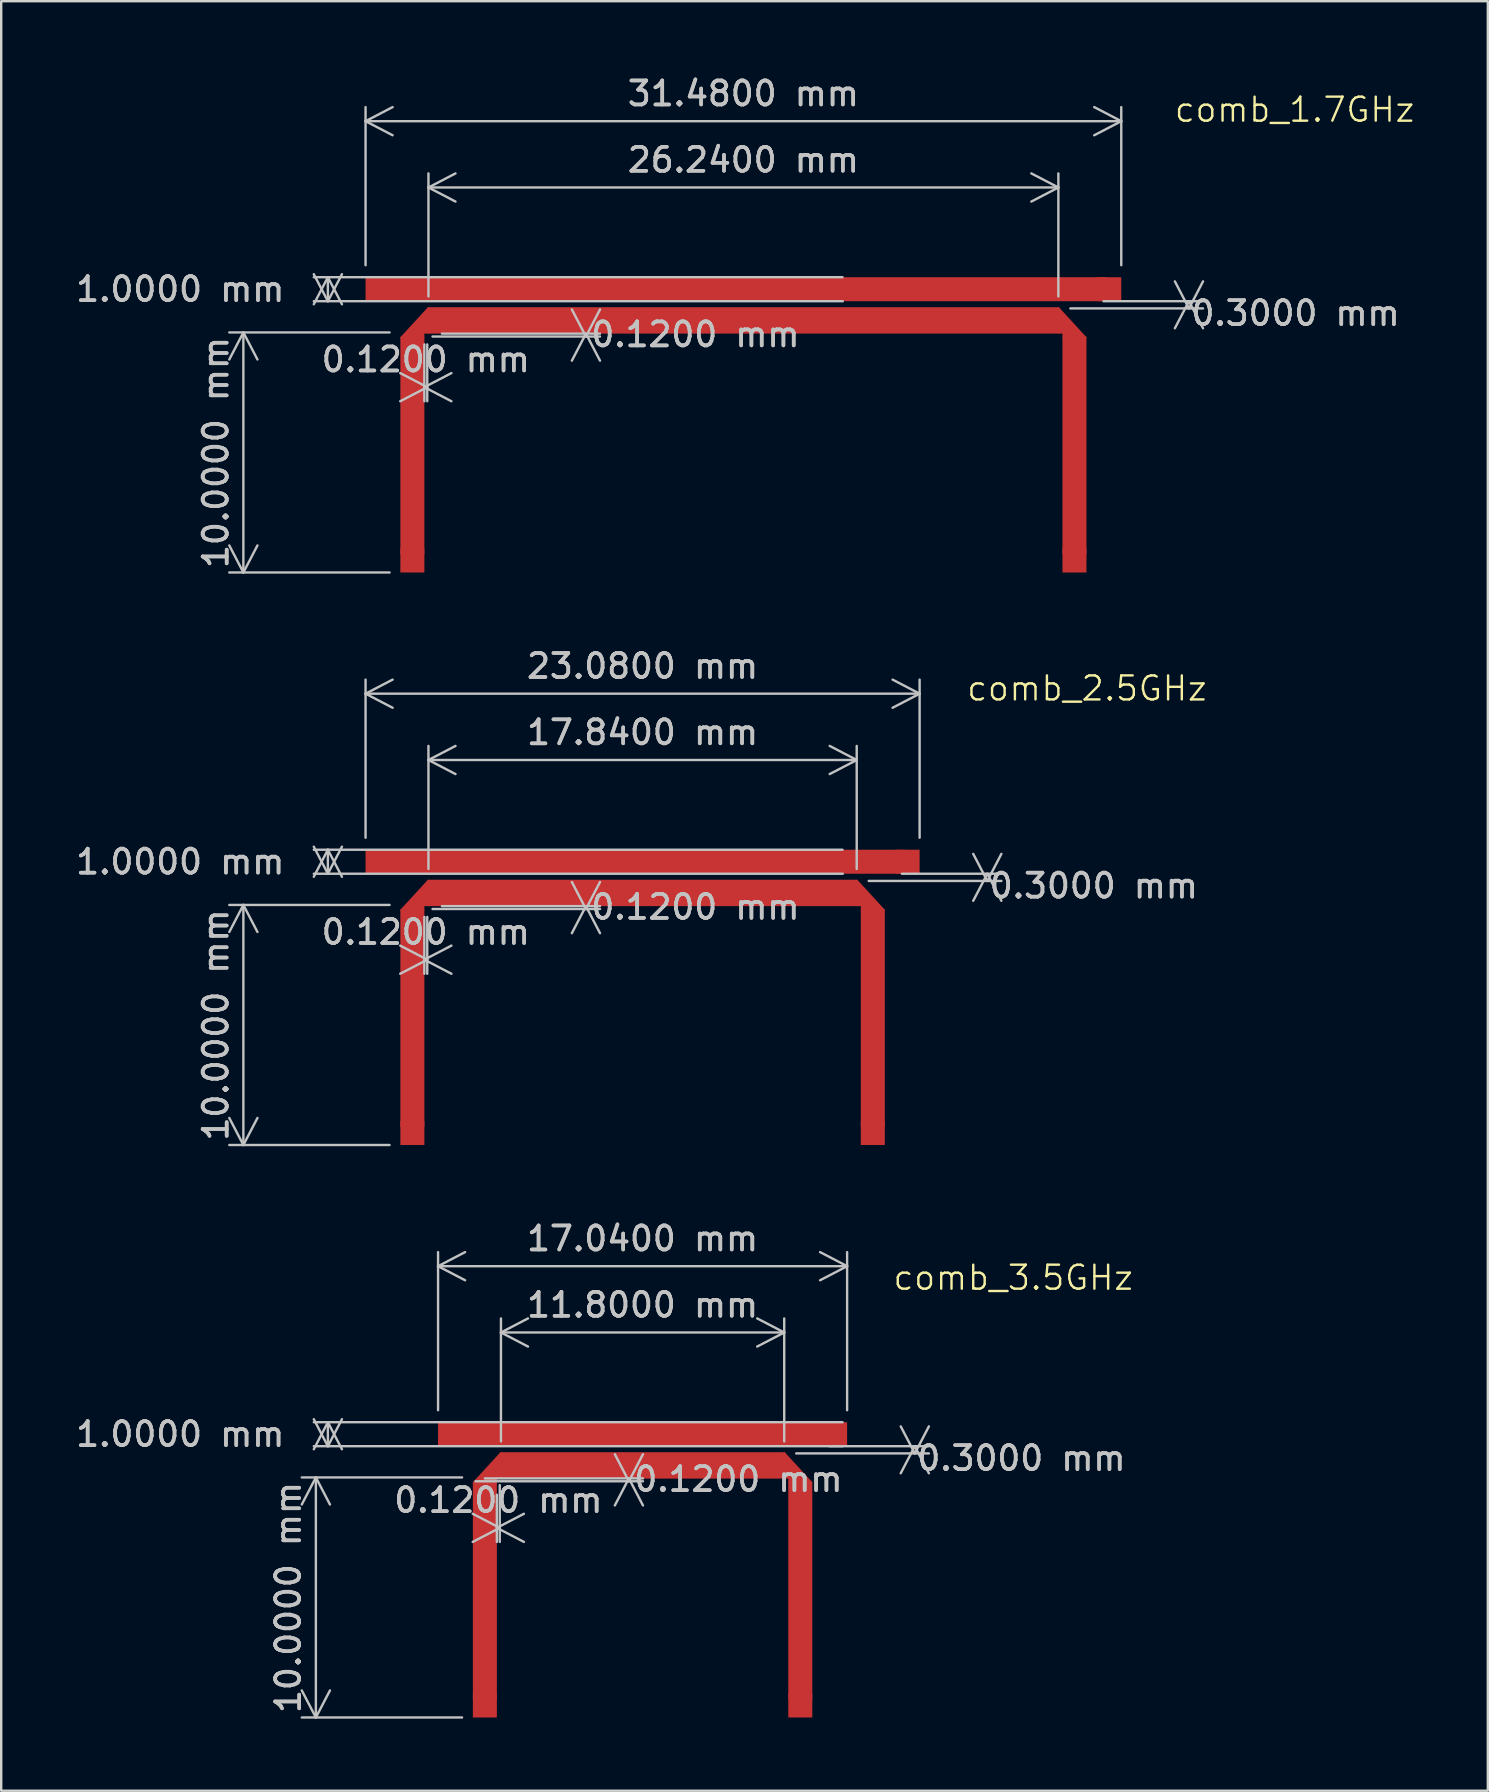
<source format=kicad_pcb>
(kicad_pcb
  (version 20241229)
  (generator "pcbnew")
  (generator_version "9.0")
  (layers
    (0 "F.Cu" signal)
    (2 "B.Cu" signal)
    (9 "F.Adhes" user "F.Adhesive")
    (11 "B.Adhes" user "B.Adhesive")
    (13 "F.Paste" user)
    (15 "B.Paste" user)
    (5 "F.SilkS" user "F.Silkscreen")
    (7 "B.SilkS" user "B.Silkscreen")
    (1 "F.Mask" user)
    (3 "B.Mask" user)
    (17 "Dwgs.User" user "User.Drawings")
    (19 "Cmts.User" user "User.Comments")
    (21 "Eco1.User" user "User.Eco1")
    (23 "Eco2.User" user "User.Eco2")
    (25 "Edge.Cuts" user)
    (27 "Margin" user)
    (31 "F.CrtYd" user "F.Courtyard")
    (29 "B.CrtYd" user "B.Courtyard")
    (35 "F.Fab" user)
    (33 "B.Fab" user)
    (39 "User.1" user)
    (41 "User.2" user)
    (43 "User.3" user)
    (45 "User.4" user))
  (footprint "comb_2.5GHz"
    (layer "F.Cu")
    (at 23.718 32.847)
    (property "Reference" "comb_2.5GHz" (at 18.51 -7.22 0) (unlocked yes) (layer "F.SilkS") (effects (font (size 1 1) (thickness 0.1))))
    (attr smd)
    (fp_rect (start -10.96 -0.45) (end 10.91 0.45) (stroke (width 0.1) (type solid)) (fill yes) (layer "F.Cu"))
    (fp_rect (start -10.04 2.02) (end -9.14 11.02) (stroke (width 0.1) (type solid)) (fill yes) (layer "F.Cu"))
    (fp_rect (start -8.92 0.8) (end 8.92 1.8) (stroke (width 0.1) (type solid)) (fill yes) (layer "F.Cu"))
    (fp_rect (start 10.04 2.02) (end 9.14 11.02) (stroke (width 0.1) (type solid)) (fill yes) (layer "F.Cu"))
    (fp_poly (pts (xy -9.14 2.02) (xy -9.14 1.8) (xy -8.92 1.8) (xy -8.92 0.8) (xy -10.04 2.02)) (stroke (width 0.1) (type solid)) (fill yes) (layer "F.Cu"))
    (fp_poly (pts (xy 9.14 2.02) (xy 9.14 1.8) (xy 8.92 1.8) (xy 8.92 0.8) (xy 10.04 2.02)) (stroke (width 0.1) (type solid)) (fill yes) (layer "F.Cu"))
    (dimension (type aligned) (layer "Dwgs.User") (pts (xy 35.258 32.347) (xy 12.178 32.347)) (height 6.5) (format (prefix "") (suffix "") (units 3) (units_format 1) (precision 4)) (style (thickness 0.1) (arrow_length 1.27) (text_position_mode 0) (arrow_direction outward) (extension_height 0.586) (extension_offset 0.5) (keep_text_aligned yes)) (gr_text "23.0800 mm" (at 23.718 24.697 0) (layer "Dwgs.User") (effects (font (size 1 1) (thickness 0.15)))))
    (dimension (type aligned) (layer "Dwgs.User") (pts (xy 32.638 33.647) (xy 14.798 33.647)) (height 5.038) (format (prefix "") (suffix "") (units 3) (units_format 1) (precision 4)) (style (thickness 0.1) (arrow_length 1.27) (text_position_mode 0) (arrow_direction outward) (extension_height 0.586) (extension_offset 0.5) (keep_text_aligned yes)) (gr_text "17.8400 mm" (at 23.718 27.458 0) (layer "Dwgs.User") (effects (font (size 1 1) (thickness 0.15)))))
    (dimension (type orthogonal) (layer "Dwgs.User") (pts (xy 14.858 34.697) (xy 14.468 34.817)) (height 6.5) (orientation 1) (format (prefix "") (suffix "") (units 3) (units_format 1) (precision 4)) (style (thickness 0.1) (arrow_length 1.27) (text_position_mode 2) (arrow_direction outward) (extension_height 0.586) (extension_offset 0.5)) (gr_text "0.1200 mm" (at 25.918 34.732 0) (layer "Dwgs.User") (effects (font (size 1 1) (thickness 0.15)))))
    (dimension (type orthogonal) (layer "Dwgs.User") (pts (xy 14.748 34.647) (xy 14.628 34.647)) (height 2.28) (orientation 0) (format (prefix "") (suffix "") (units 3) (units_format 1) (precision 4)) (style (thickness 0.1) (arrow_length 1.27) (text_position_mode 0) (arrow_direction outward) (extension_height 0.586) (extension_offset 0.5) (keep_text_aligned yes)) (gr_text "0.1200 mm" (at 14.688 35.777 0) (layer "Dwgs.User") (effects (font (size 1 1) (thickness 0.15)))))
    (dimension (type orthogonal) (layer "Dwgs.User") (pts (xy 13.678 34.647) (xy 13.678 44.647)) (height -6.59) (orientation 1) (format (prefix "") (suffix "") (units 3) (units_format 1) (precision 4)) (style (thickness 0.1) (arrow_length 1.27) (text_position_mode 0) (arrow_direction outward) (extension_height 0.586) (extension_offset 0.5) (keep_text_aligned yes)) (gr_text "10.0000 mm" (at 5.938 39.647 90) (layer "Dwgs.User") (effects (font (size 1 1) (thickness 0.15)))))
    (dimension (type orthogonal) (layer "Dwgs.User") (pts (xy 32.548 32.347) (xy 32.558 33.347)) (height -21.94) (orientation 1) (format (prefix "") (suffix "") (units 3) (units_format 1) (precision 4)) (style (thickness 0.1) (arrow_length 1.27) (text_position_mode 2) (arrow_direction outward) (extension_height 0.586) (extension_offset 0.5)) (gr_text "1.0000 mm" (at 4.458 32.847 0) (layer "Dwgs.User") (effects (font (size 1 1) (thickness 0.15)))))
    (dimension (type orthogonal) (layer "Dwgs.User") (pts (xy 34.018 33.347) (xy 32.638 33.647)) (height 4.06) (orientation 1) (format (prefix "") (suffix "") (units 3) (units_format 1) (precision 4)) (style (thickness 0.1) (arrow_length 1.27) (text_position_mode 2) (arrow_direction outward) (extension_height 0.586) (extension_offset 0.5)) (gr_text "0.3000 mm" (at 42.518 33.847 0) (layer "Dwgs.User") (effects (font (size 1 1) (thickness 0.15)))))
    (pad "1" smd rect (at -11.04 0) (size 1 1) (layers "F.Cu"))
    (pad "2" smd rect (at -9.59 11.3) (size 1 1) (layers "F.Cu"))
    (pad "3" smd rect (at 11.04 0) (size 1 1) (layers "F.Cu"))
    (pad "4" smd rect (at 9.59 11.3) (size 1 1) (layers "F.Cu")))
  (footprint "comb_3.5GHz"
    (layer "F.Cu")
    (at 23.718 56.695)
    (property "Reference" "comb_3.5GHz" (at 15.44 -6.52 0) (unlocked yes) (layer "F.SilkS") (effects (font (size 1 1) (thickness 0.1))))
    (attr smd)
    (fp_rect (start -7.91 -0.45) (end 8.06 0.45) (stroke (width 0.1) (type solid)) (fill yes) (layer "F.Cu"))
    (fp_rect (start -7.02 2.02) (end -6.12 11.02) (stroke (width 0.1) (type solid)) (fill yes) (layer "F.Cu"))
    (fp_rect (start -5.9 0.8) (end 5.9 1.8) (stroke (width 0.1) (type solid)) (fill yes) (layer "F.Cu"))
    (fp_rect (start 7.02 2.02) (end 6.12 11.02) (stroke (width 0.1) (type solid)) (fill yes) (layer "F.Cu"))
    (fp_poly (pts (xy -6.12 2.02) (xy -6.12 1.8) (xy -5.9 1.8) (xy -5.9 0.8) (xy -7.02 2.02)) (stroke (width 0.1) (type solid)) (fill yes) (layer "F.Cu"))
    (fp_poly (pts (xy 6.12 2.02) (xy 6.12 1.8) (xy 5.9 1.8) (xy 5.9 0.8) (xy 7.02 2.02)) (stroke (width 0.1) (type solid)) (fill yes) (layer "F.Cu"))
    (dimension (type aligned) (layer "Dwgs.User") (pts (xy 29.618 57.495) (xy 17.818 57.495)) (height 5.038) (format (prefix "") (suffix "") (units 3) (units_format 1) (precision 4)) (style (thickness 0.1) (arrow_length 1.27) (text_position_mode 0) (arrow_direction outward) (extension_height 0.586) (extension_offset 0.5) (keep_text_aligned yes)) (gr_text "11.8000 mm" (at 23.718 51.306 0) (layer "Dwgs.User") (effects (font (size 1 1) (thickness 0.15)))))
    (dimension (type aligned) (layer "Dwgs.User") (pts (xy 32.238 56.195) (xy 15.198 56.195)) (height 6.5) (format (prefix "") (suffix "") (units 3) (units_format 1) (precision 4)) (style (thickness 0.1) (arrow_length 1.27) (text_position_mode 0) (arrow_direction outward) (extension_height 0.586) (extension_offset 0.5) (keep_text_aligned yes)) (gr_text "17.0400 mm" (at 23.718 48.545 0) (layer "Dwgs.User") (effects (font (size 1 1) (thickness 0.15)))))
    (dimension (type orthogonal) (layer "Dwgs.User") (pts (xy 16.648 58.535) (xy 16.258 58.655)) (height 6.5) (orientation 1) (format (prefix "") (suffix "") (units 3) (units_format 1) (precision 4)) (style (thickness 0.1) (arrow_length 1.27) (text_position_mode 2) (arrow_direction outward) (extension_height 0.586) (extension_offset 0.5)) (gr_text "0.1200 mm" (at 27.708 58.57 0) (layer "Dwgs.User") (effects (font (size 1 1) (thickness 0.15)))))
    (dimension (type orthogonal) (layer "Dwgs.User") (pts (xy 17.768 58.315) (xy 17.648 58.715)) (height 2.28) (orientation 0) (format (prefix "") (suffix "") (units 3) (units_format 1) (precision 4)) (style (thickness 0.1) (arrow_length 1.27) (text_position_mode 0) (arrow_direction outward) (extension_height 0.586) (extension_offset 0.5) (keep_text_aligned yes)) (gr_text "0.1200 mm" (at 17.708 59.445 0) (layer "Dwgs.User") (effects (font (size 1 1) (thickness 0.15)))))
    (dimension (type orthogonal) (layer "Dwgs.User") (pts (xy 30.998 57.195) (xy 29.618 57.495)) (height 4.06) (orientation 1) (format (prefix "") (suffix "") (units 3) (units_format 1) (precision 4)) (style (thickness 0.1) (arrow_length 1.27) (text_position_mode 2) (arrow_direction outward) (extension_height 0.586) (extension_offset 0.5)) (gr_text "0.3000 mm" (at 39.498 57.695 0) (layer "Dwgs.User") (effects (font (size 1 1) (thickness 0.15)))))
    (dimension (type orthogonal) (layer "Dwgs.User") (pts (xy 16.698 58.495) (xy 16.698 68.495)) (height -6.59) (orientation 1) (format (prefix "") (suffix "") (units 3) (units_format 1) (precision 4)) (style (thickness 0.1) (arrow_length 1.27) (text_position_mode 0) (arrow_direction outward) (extension_height 0.586) (extension_offset 0.5) (keep_text_aligned yes)) (gr_text "10.0000 mm" (at 8.958 63.495 90) (layer "Dwgs.User") (effects (font (size 1 1) (thickness 0.15)))))
    (dimension (type orthogonal) (layer "Dwgs.User") (pts (xy 32.548 56.195) (xy 32.558 57.195)) (height -21.94) (orientation 1) (format (prefix "") (suffix "") (units 3) (units_format 1) (precision 4)) (style (thickness 0.1) (arrow_length 1.27) (text_position_mode 2) (arrow_direction outward) (extension_height 0.586) (extension_offset 0.5)) (gr_text "1.0000 mm" (at 4.458 56.695 0) (layer "Dwgs.User") (effects (font (size 1 1) (thickness 0.15)))))
    (pad "1" smd rect (at -8.02 0) (size 1 1) (layers "F.Cu"))
    (pad "2" smd rect (at -6.57 11.3) (size 1 1) (layers "F.Cu"))
    (pad "3" smd rect (at 8.02 0) (size 1 1) (layers "F.Cu"))
    (pad "4" smd rect (at 6.57 11.3) (size 1 1) (layers "F.Cu")))
  (footprint "comb_1.7GHz"
    (layer "F.Cu")
    (at 27.918 8.998)
    (property "Reference" "comb_1.7GHz" (at 22.96 -7.48 0) (unlocked yes) (layer "F.SilkS") (effects (font (size 1 1) (thickness 0.1))))
    (attr smd)
    (fp_rect (start -14.85 -0.45) (end 15.09 0.45) (stroke (width 0.1) (type solid)) (fill yes) (layer "F.Cu"))
    (fp_rect (start -14.24 2.02) (end -13.34 11.02) (stroke (width 0.1) (type solid)) (fill yes) (layer "F.Cu"))
    (fp_rect (start -13.12 0.8) (end 13.12 1.8) (stroke (width 0.1) (type solid)) (fill yes) (layer "F.Cu"))
    (fp_rect (start 14.24 2.02) (end 13.34 11.02) (stroke (width 0.1) (type solid)) (fill yes) (layer "F.Cu"))
    (fp_poly (pts (xy -13.34 2.02) (xy -13.34 1.8) (xy -13.12 1.8) (xy -13.12 0.8) (xy -14.24 2.02)) (stroke (width 0.1) (type solid)) (fill yes) (layer "F.Cu"))
    (fp_poly (pts (xy 13.34 2.02) (xy 13.34 1.8) (xy 13.12 1.8) (xy 13.12 0.8) (xy 14.24 2.02)) (stroke (width 0.1) (type solid)) (fill yes) (layer "F.Cu"))
    (dimension (type aligned) (layer "Dwgs.User") (pts (xy 41.038 9.798) (xy 14.798 9.798)) (height 5.038) (format (prefix "") (suffix "") (units 3) (units_format 1) (precision 4)) (style (thickness 0.1) (arrow_length 1.27) (text_position_mode 0) (arrow_direction outward) (extension_height 0.586) (extension_offset 0.5) (keep_text_aligned yes)) (gr_text "26.2400 mm" (at 27.918 3.61 0) (layer "Dwgs.User") (effects (font (size 1 1) (thickness 0.15)))))
    (dimension (type aligned) (layer "Dwgs.User") (pts (xy 43.658 8.498) (xy 12.178 8.498)) (height 6.5) (format (prefix "") (suffix "") (units 3) (units_format 1) (precision 4)) (style (thickness 0.1) (arrow_length 1.27) (text_position_mode 0) (arrow_direction outward) (extension_height 0.586) (extension_offset 0.5) (keep_text_aligned yes)) (gr_text "31.4800 mm" (at 27.918 0.848 0) (layer "Dwgs.User") (effects (font (size 1 1) (thickness 0.15)))))
    (dimension (type orthogonal) (layer "Dwgs.User") (pts (xy 42.418 9.498) (xy 41.038 9.798)) (height 4.06) (orientation 1) (format (prefix "") (suffix "") (units 3) (units_format 1) (precision 4)) (style (thickness 0.1) (arrow_length 1.27) (text_position_mode 2) (arrow_direction outward) (extension_height 0.586) (extension_offset 0.5)) (gr_text "0.3000 mm" (at 50.918 9.998 0) (layer "Dwgs.User") (effects (font (size 1 1) (thickness 0.15)))))
    (dimension (type orthogonal) (layer "Dwgs.User") (pts (xy 14.748 10.798) (xy 14.628 10.798)) (height 2.28) (orientation 0) (format (prefix "") (suffix "") (units 3) (units_format 1) (precision 4)) (style (thickness 0.1) (arrow_length 1.27) (text_position_mode 0) (arrow_direction outward) (extension_height 0.586) (extension_offset 0.5) (keep_text_aligned yes)) (gr_text "0.1200 mm" (at 14.688 11.928 0) (layer "Dwgs.User") (effects (font (size 1 1) (thickness 0.15)))))
    (dimension (type orthogonal) (layer "Dwgs.User") (pts (xy 13.678 10.798) (xy 13.678 20.798)) (height -6.59) (orientation 1) (format (prefix "") (suffix "") (units 3) (units_format 1) (precision 4)) (style (thickness 0.1) (arrow_length 1.27) (text_position_mode 0) (arrow_direction outward) (extension_height 0.586) (extension_offset 0.5) (keep_text_aligned yes)) (gr_text "10.0000 mm" (at 5.938 15.798 90) (layer "Dwgs.User") (effects (font (size 1 1) (thickness 0.15)))))
    (dimension (type orthogonal) (layer "Dwgs.User") (pts (xy 14.858 10.848) (xy 14.468 10.968)) (height 6.5) (orientation 1) (format (prefix "") (suffix "") (units 3) (units_format 1) (precision 4)) (style (thickness 0.1) (arrow_length 1.27) (text_position_mode 2) (arrow_direction outward) (extension_height 0.586) (extension_offset 0.5)) (gr_text "0.1200 mm" (at 25.918 10.883 0) (layer "Dwgs.User") (effects (font (size 1 1) (thickness 0.15)))))
    (dimension (type orthogonal) (layer "Dwgs.User") (pts (xy 32.548 8.498) (xy 32.558 9.498)) (height -21.94) (orientation 1) (format (prefix "") (suffix "") (units 3) (units_format 1) (precision 4)) (style (thickness 0.1) (arrow_length 1.27) (text_position_mode 2) (arrow_direction outward) (extension_height 0.586) (extension_offset 0.5)) (gr_text "1.0000 mm" (at 4.458 8.998 0) (layer "Dwgs.User") (effects (font (size 1 1) (thickness 0.15)))))
    (pad "1" smd rect (at -15.24 0) (size 1 1) (layers "F.Cu"))
    (pad "2" smd rect (at -13.79 11.3) (size 1 1) (layers "F.Cu"))
    (pad "3" smd rect (at 15.24 0) (size 1 1) (layers "F.Cu"))
    (pad "4" smd rect (at 13.79 11.3) (size 1 1) (layers "F.Cu")))
  (gr_rect
    (start -3 -3)
    (end 58.928 71.545)
    (stroke (width 0.1) (type default))
    (fill no)
    (layer "Edge.Cuts")))
</source>
